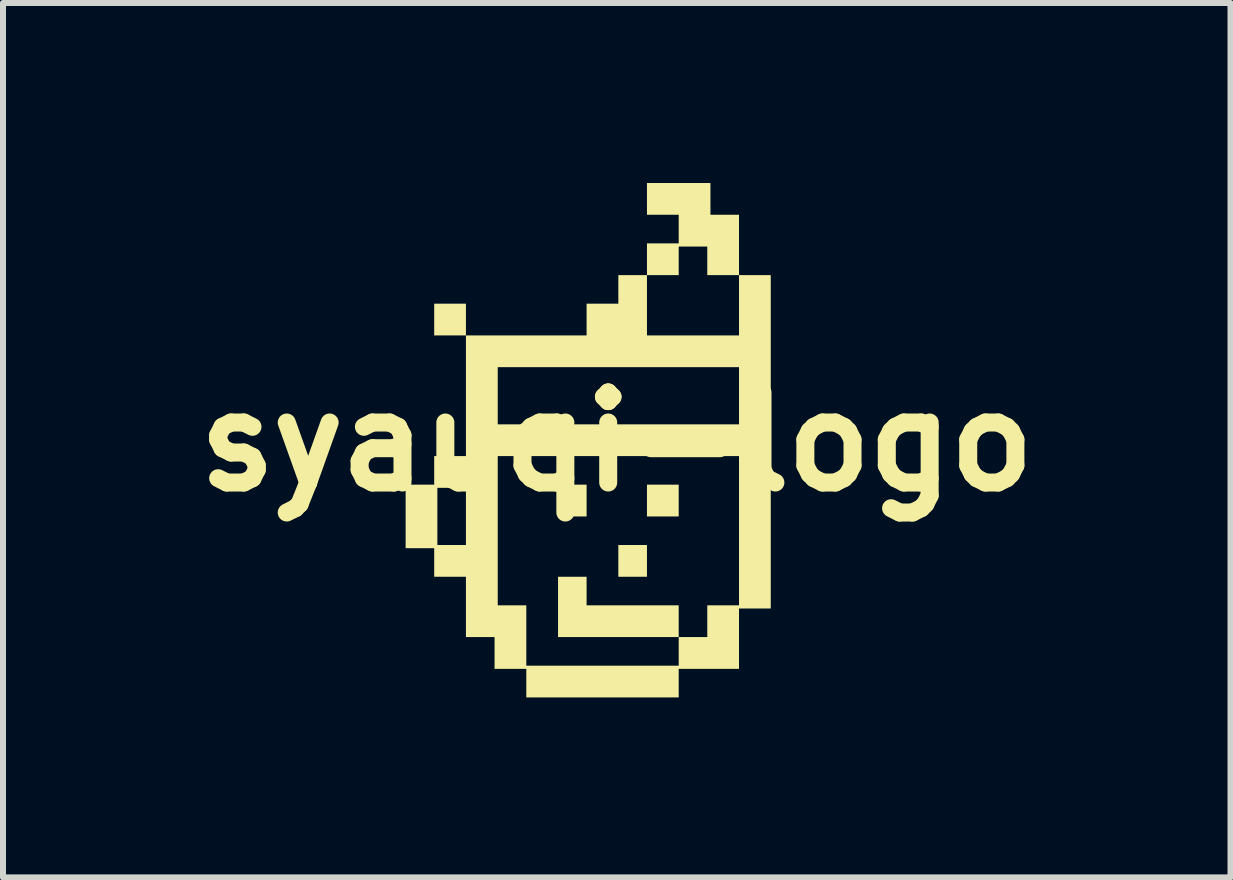
<source format=kicad_pcb>
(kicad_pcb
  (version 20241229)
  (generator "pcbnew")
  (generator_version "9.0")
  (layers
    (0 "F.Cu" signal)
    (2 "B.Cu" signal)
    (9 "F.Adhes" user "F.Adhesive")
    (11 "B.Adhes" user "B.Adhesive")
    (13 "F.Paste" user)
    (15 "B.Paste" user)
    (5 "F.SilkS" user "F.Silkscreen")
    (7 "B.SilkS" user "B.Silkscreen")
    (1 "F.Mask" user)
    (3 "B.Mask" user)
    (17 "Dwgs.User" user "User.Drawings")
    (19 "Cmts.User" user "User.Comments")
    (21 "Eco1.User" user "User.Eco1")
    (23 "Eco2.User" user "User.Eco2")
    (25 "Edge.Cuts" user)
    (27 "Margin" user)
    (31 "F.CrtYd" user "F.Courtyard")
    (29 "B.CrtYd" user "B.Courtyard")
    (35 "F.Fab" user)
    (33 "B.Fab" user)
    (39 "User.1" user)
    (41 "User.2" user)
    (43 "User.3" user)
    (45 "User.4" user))
  (footprint "syauqi-logo"
    (layer "F.Cu")
    (at 7.229 4.313)
    (property "Reference" "syauqi-logo" (at 0 0 0) (layer "F.SilkS") (effects (font (size 1.5 1.5) (thickness 0.3))))
    (attr board_only exclude_from_pos_files exclude_from_bom)
    (fp_poly (pts (xy -0.503 0.979) (xy -0.503 1.244) (xy -0.741 1.244) (xy -0.979 1.244) (xy -0.979 0.979) (xy -0.979 0.714) (xy -0.741 0.714) (xy -0.503 0.714)) (stroke (width 0) (type solid)) (fill yes) (layer "F.SilkS"))
    (fp_poly (pts (xy 0.503 1.984) (xy 0.503 2.249) (xy 0.265 2.249) (xy 0.026 2.249) (xy 0.026 1.984) (xy 0.026 1.72) (xy 0.265 1.72) (xy 0.503 1.72)) (stroke (width 0) (type solid)) (fill yes) (layer "F.SilkS"))
    (fp_poly (pts (xy 1.032 0.979) (xy 1.032 1.244) (xy 0.767 1.244) (xy 0.503 1.244) (xy 0.503 0.979) (xy 0.503 0.714) (xy 0.767 0.714) (xy 1.032 0.714)) (stroke (width 0) (type solid)) (fill yes) (layer "F.SilkS"))
    (fp_poly (pts (xy -0.503 2.487) (xy -0.503 2.725) (xy 0.265 2.725) (xy 1.032 2.725) (xy 1.032 2.99) (xy 1.032 3.254) (xy 0.026 3.254) (xy -0.979 3.254) (xy -0.979 2.752) (xy -0.979 2.249) (xy -0.741 2.249) (xy -0.503 2.249)) (stroke (width 0) (type solid)) (fill yes) (layer "F.SilkS"))
    (fp_poly (pts (xy 1.561 -4.048) (xy 1.561 -3.784) (xy 1.799 -3.784) (xy 2.037 -3.784) (xy 2.037 -3.281) (xy 2.037 -2.778) (xy 1.773 -2.778) (xy 1.508 -2.778) (xy 1.508 -3.016) (xy 1.508 -3.254) (xy 1.27 -3.254) (xy 1.032 -3.254) (xy 1.032 -3.016) (xy 1.032 -2.778) (xy 0.767 -2.778) (xy 0.503 -2.778) (xy 0.503 -2.275) (xy 0.503 -1.773) (xy 1.27 -1.773) (xy 2.037 -1.773) (xy 2.037 -2.275) (xy 2.037 -2.778) (xy 2.302 -2.778) (xy 2.566 -2.778) (xy 2.566 0) (xy 2.566 2.778) (xy 2.302 2.778) (xy 2.037 2.778) (xy 2.037 3.281) (xy 2.037 3.784) (xy 1.535 3.784) (xy 1.032 3.784) (xy 1.032 4.022) (xy 1.032 4.26) (xy -0.238 4.26) (xy -1.508 4.26) (xy -1.508 4.022) (xy -1.508 3.784) (xy -1.773 3.784) (xy -2.037 3.784) (xy -2.037 3.519) (xy -2.037 3.254) (xy -2.275 3.254) (xy -2.514 3.254) (xy -2.514 2.752) (xy -2.514 2.249) (xy -2.778 2.249) (xy -3.043 2.249) (xy -3.043 2.011) (xy -3.043 1.773) (xy -3.281 1.773) (xy -3.519 1.773) (xy -3.519 1.244) (xy -2.99 1.244) (xy -2.99 1.72) (xy -2.752 1.72) (xy -2.514 1.72) (xy -2.514 1.482) (xy -1.984 1.482) (xy -1.984 2.725) (xy -1.746 2.725) (xy -1.508 2.725) (xy -1.508 3.228) (xy -1.508 3.731) (xy -0.238 3.731) (xy 1.032 3.731) (xy 1.032 3.493) (xy 1.032 3.254) (xy 1.27 3.254) (xy 1.508 3.254) (xy 1.508 2.99) (xy 1.508 2.725) (xy 1.773 2.725) (xy 2.037 2.725) (xy 2.037 1.482) (xy 2.037 0.238) (xy 0.026 0.238) (xy -1.984 0.238) (xy -1.984 1.482) (xy -2.514 1.482) (xy -2.514 1.244) (xy -2.514 0.767) (xy -2.752 0.767) (xy -2.99 0.767) (xy -2.99 1.244) (xy -3.519 1.244) (xy -3.519 0.714) (xy -3.281 0.714) (xy -3.043 0.714) (xy -3.043 0.476) (xy -3.043 0.238) (xy -2.778 0.238) (xy -2.514 0.238) (xy -2.514 -0.767) (xy -1.984 -0.767) (xy -1.984 -0.291) (xy 0.026 -0.291) (xy 2.037 -0.291) (xy 2.037 -0.767) (xy 2.037 -1.244) (xy 0.026 -1.244) (xy -1.984 -1.244) (xy -1.984 -0.767) (xy -2.514 -0.767) (xy -2.514 -1.773) (xy -2.778 -1.773) (xy -3.043 -1.773) (xy -3.043 -2.037) (xy -3.043 -2.302) (xy -2.778 -2.302) (xy -2.514 -2.302) (xy -2.514 -2.037) (xy -2.514 -1.773) (xy -1.508 -1.773) (xy -0.503 -1.773) (xy -0.503 -2.037) (xy -0.503 -2.302) (xy -0.238 -2.302) (xy 0.026 -2.302) (xy 0.026 -2.54) (xy 0.026 -2.778) (xy 0.265 -2.778) (xy 0.503 -2.778) (xy 0.503 -3.043) (xy 0.503 -3.307) (xy 0.767 -3.307) (xy 1.032 -3.307) (xy 1.032 -3.545) (xy 1.032 -3.784) (xy 0.767 -3.784) (xy 0.503 -3.784) (xy 0.503 -4.048) (xy 0.503 -4.313) (xy 1.032 -4.313) (xy 1.561 -4.313)) (stroke (width 0) (type solid)) (fill yes) (layer "F.SilkS")))
  (gr_rect
    (start -3 -3)
    (end 17.457 11.572)
    (stroke (width 0.1) (type default))
    (fill no)
    (layer "Edge.Cuts")))
</source>
